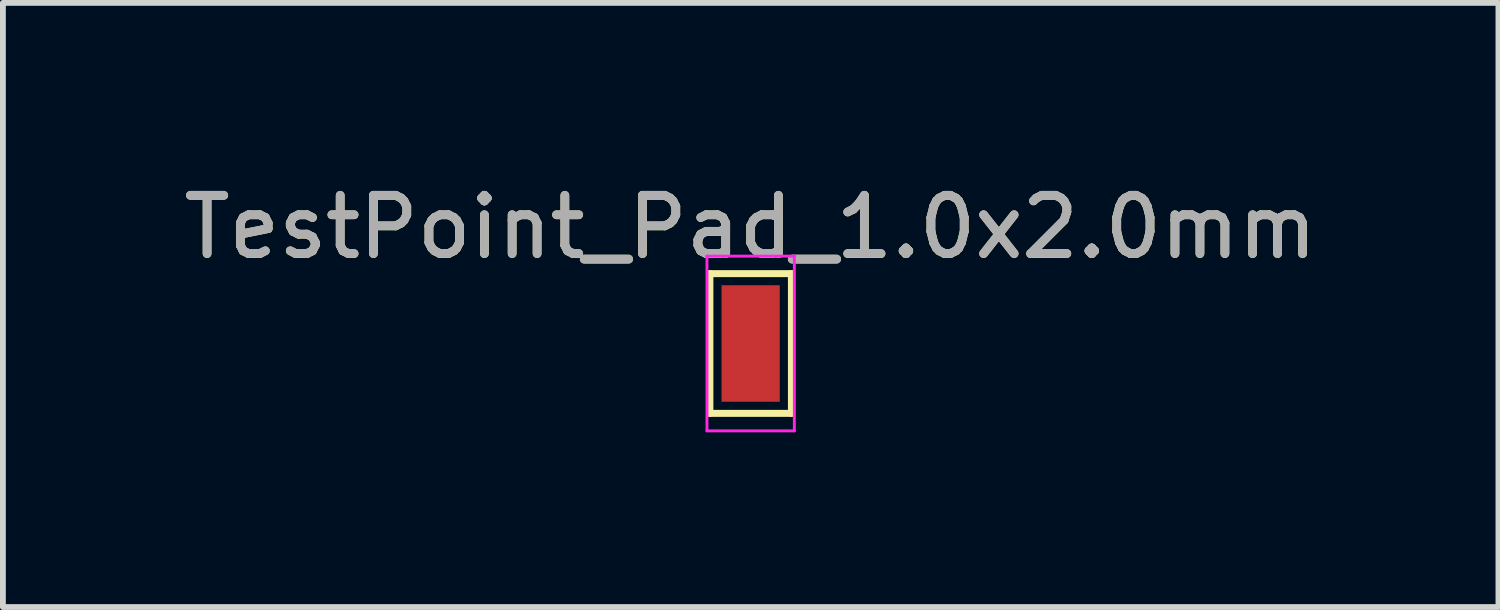
<source format=kicad_pcb>
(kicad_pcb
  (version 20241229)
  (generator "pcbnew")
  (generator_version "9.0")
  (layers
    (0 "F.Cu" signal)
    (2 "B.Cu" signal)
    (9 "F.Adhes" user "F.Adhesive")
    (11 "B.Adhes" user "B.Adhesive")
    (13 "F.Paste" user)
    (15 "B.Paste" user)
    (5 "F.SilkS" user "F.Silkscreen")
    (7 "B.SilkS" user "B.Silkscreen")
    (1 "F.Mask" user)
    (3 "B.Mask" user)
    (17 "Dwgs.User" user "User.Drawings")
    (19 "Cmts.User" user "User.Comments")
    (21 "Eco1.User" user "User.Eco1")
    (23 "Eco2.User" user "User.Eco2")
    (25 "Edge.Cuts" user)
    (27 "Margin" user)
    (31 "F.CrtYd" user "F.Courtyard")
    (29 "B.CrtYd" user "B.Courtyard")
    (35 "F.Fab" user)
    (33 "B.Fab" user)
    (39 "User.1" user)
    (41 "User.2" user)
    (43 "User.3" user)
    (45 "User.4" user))
  (footprint "TestPoint_Pad_1.0x2.0mm"
    (layer "F.Cu")
    (at 9.839 2.848)
    (property "Reference" "TestPoint_Pad_1.0x2.0mm" (at 0 -1.998 0) (layer "F.SilkS") (effects (font (size 1 1) (thickness 0.15))))
    (attr exclude_from_pos_files exclude_from_bom)
    (fp_line (start -0.7 -1.2) (end 0.7 -1.2) (stroke (width 0.12) (type solid)) (layer "F.SilkS"))
    (fp_line (start -0.7 1.2) (end -0.7 -1.2) (stroke (width 0.12) (type solid)) (layer "F.SilkS"))
    (fp_line (start 0.7 -1.2) (end 0.7 1.2) (stroke (width 0.12) (type solid)) (layer "F.SilkS"))
    (fp_line (start 0.7 1.2) (end -0.7 1.2) (stroke (width 0.12) (type solid)) (layer "F.SilkS"))
    (fp_line (start -0.75 -1.5) (end -0.75 1.5) (stroke (width 0.05) (type solid)) (layer "F.CrtYd"))
    (fp_line (start -0.75 -1.5) (end 0.75 -1.5) (stroke (width 0.05) (type solid)) (layer "F.CrtYd"))
    (fp_line (start 0.75 1.5) (end -0.75 1.5) (stroke (width 0.05) (type solid)) (layer "F.CrtYd"))
    (fp_line (start 0.75 1.5) (end 0.75 -1.5) (stroke (width 0.05) (type solid)) (layer "F.CrtYd"))
    (fp_text user "${REFERENCE}" (at 0 -2 0) (layer "F.Fab") (effects (font (size 1 1) (thickness 0.15))))
    (pad "1" smd rect (at 0 0) (size 1 2) (layers "F.Cu" "F.Mask")))
  (gr_rect
    (start -3 -3)
    (end 22.679 7.373)
    (stroke (width 0.1) (type default))
    (fill no)
    (layer "Edge.Cuts")))
</source>
